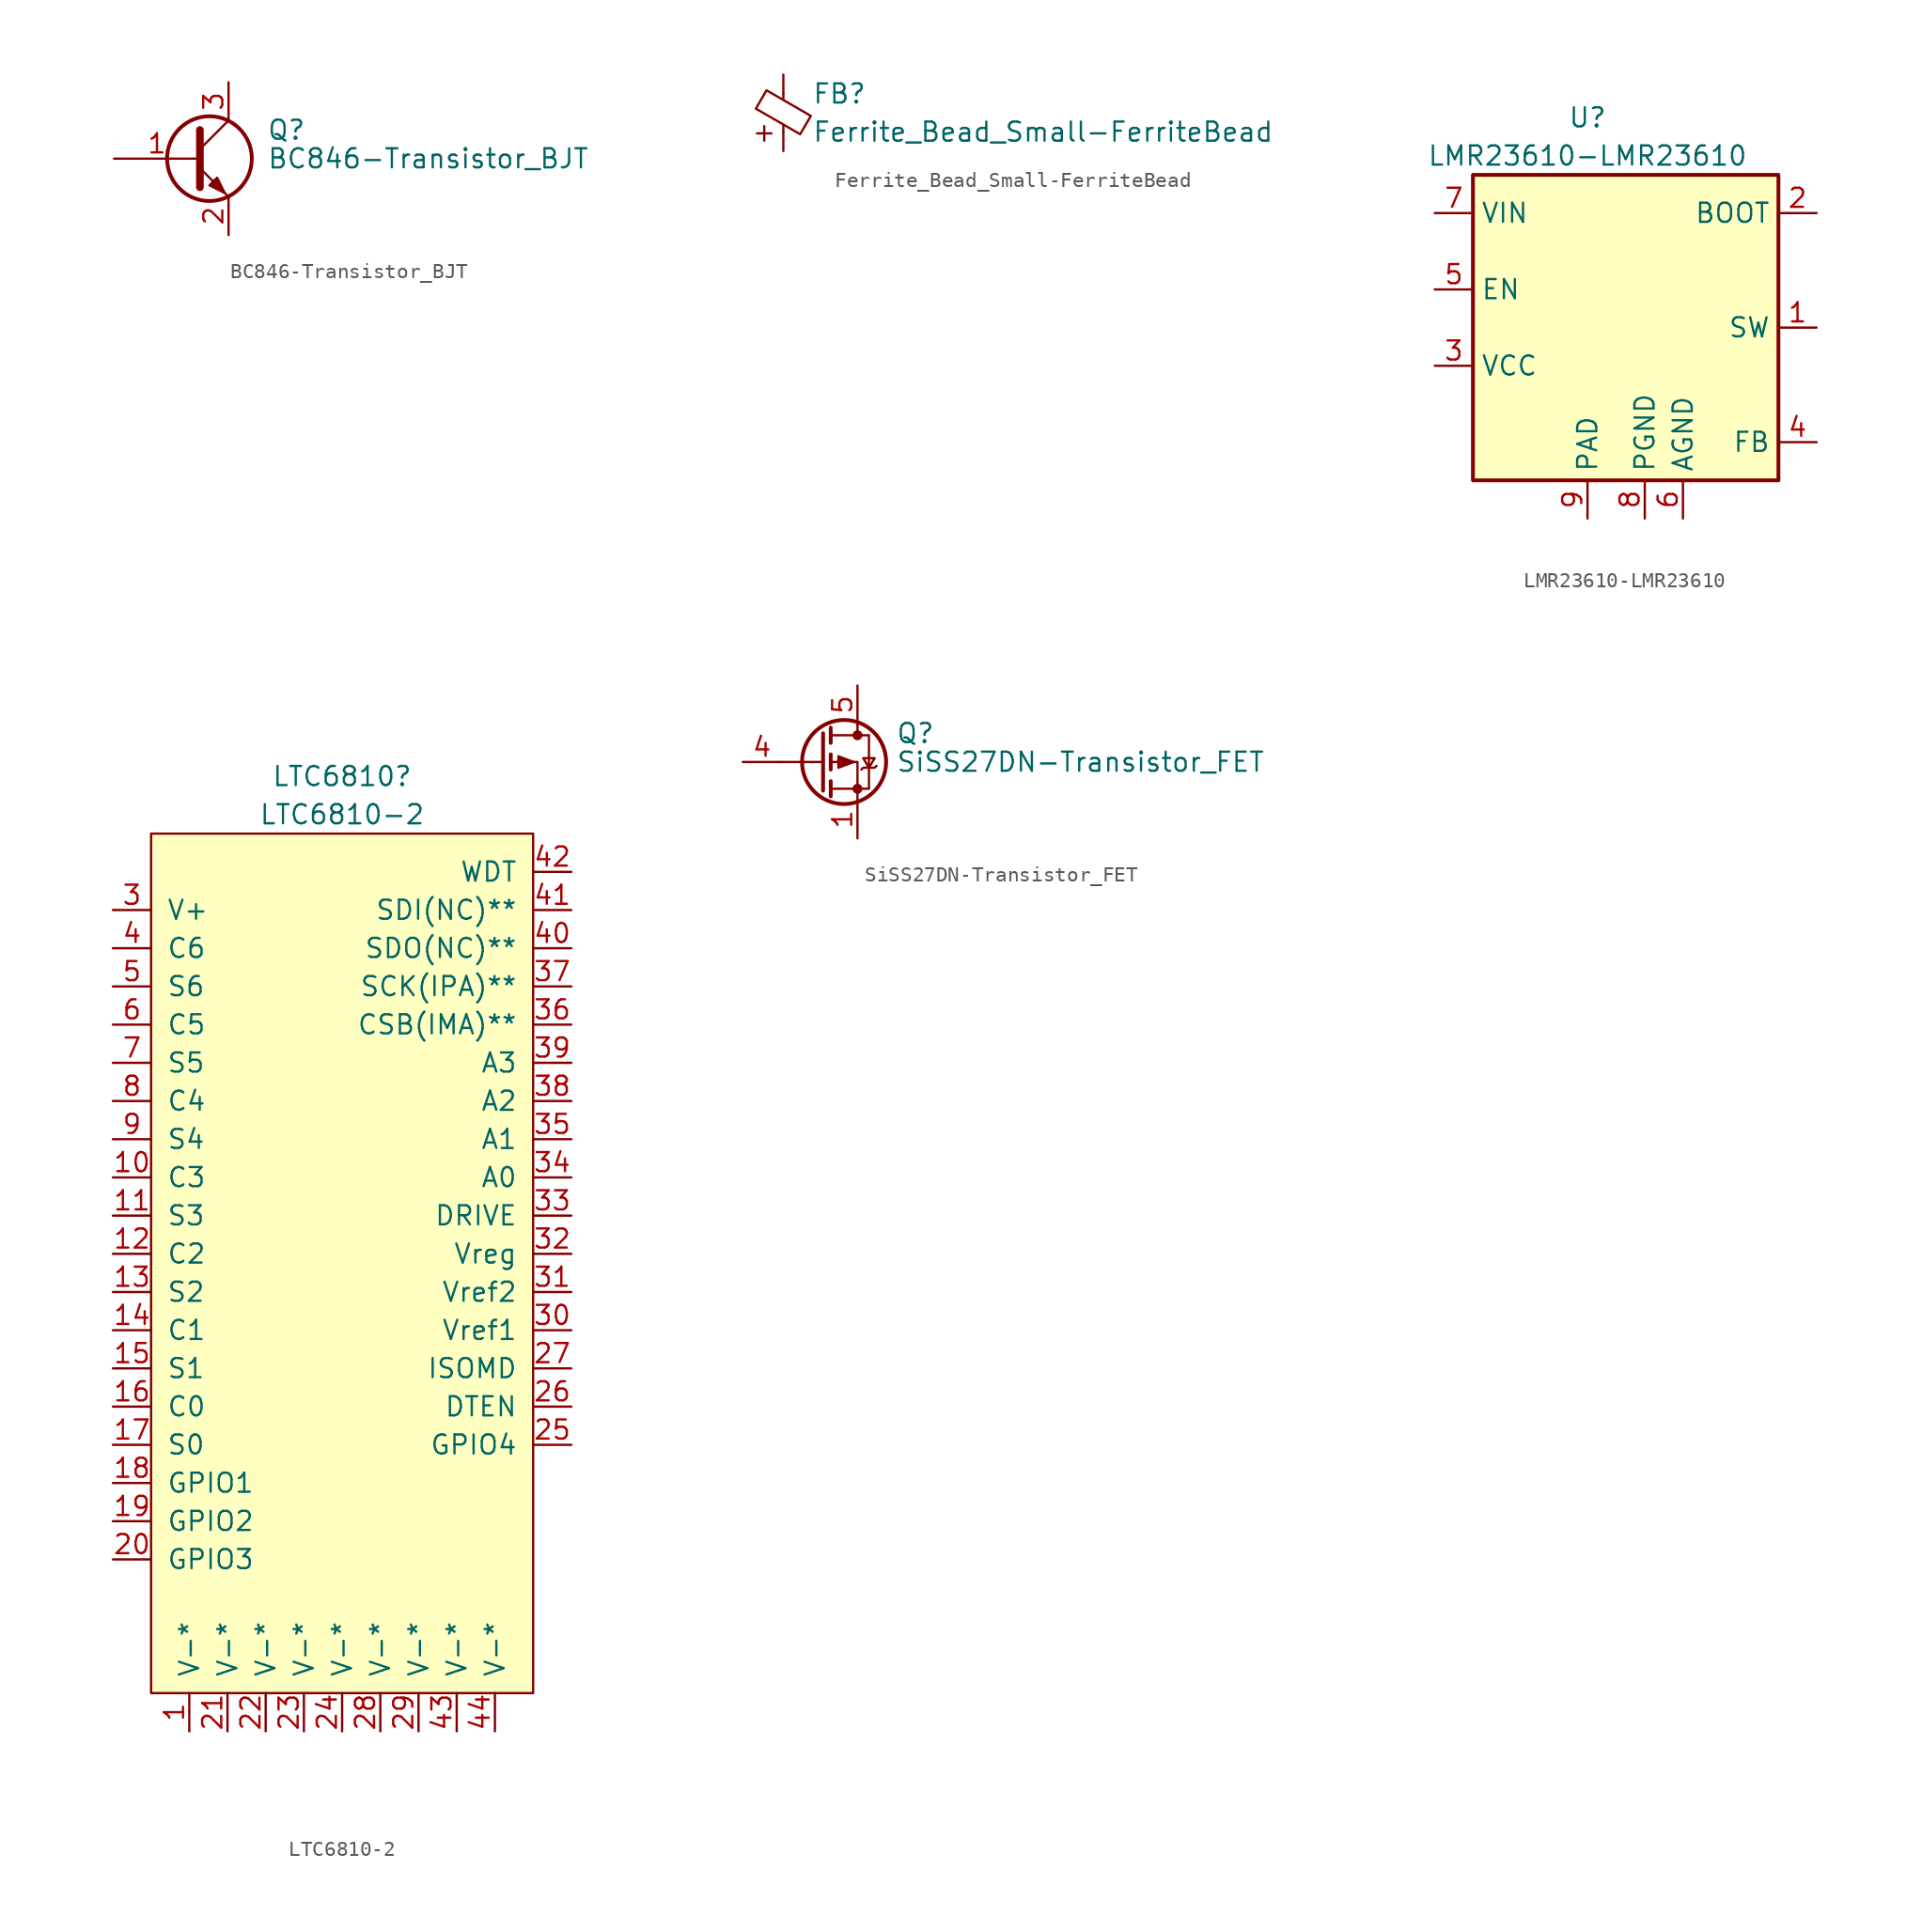
<source format=kicad_sym>
(kicad_symbol_lib
  (version 20220914)
  (generator kicad_symbol_editor)
  (symbol "BC846-Transistor_BJT"
    (pin_names
      (offset 0) hide)
    (property "Reference" "Q"
      (at 5.08 1.905 0)
      (effects (font (size 1.27 1.27)) (justify left)))
    (property "Value" "BC846-Transistor_BJT"
      (at 5.08 0 0)
      (effects (font (size 1.27 1.27)) (justify left)))
    (symbol "BC846-Transistor_BJT_0_1"
      (polyline (pts (xy 0.635 0.635) (xy 2.54 2.54)) (stroke (width 0) (type solid)) (fill (type none)))
      (polyline (pts (xy 0.635 -0.635) (xy 2.54 -2.54) (xy 2.54 -2.54)) (stroke (width 0) (type solid)) (fill (type none)))
      (polyline (pts (xy 0.635 1.905) (xy 0.635 -1.905) (xy 0.635 -1.905)) (stroke (width 0.508) (type solid)) (fill (type none)))
      (polyline (pts (xy 1.27 -1.778) (xy 1.778 -1.27) (xy 2.286 -2.286) (xy 1.27 -1.778) (xy 1.27 -1.778)) (stroke (width 0) (type solid)) (fill (type outline)))
      (circle (center 1.27 0) (radius 2.819) (stroke (width 0.254) (type solid)) (fill (type none))))
    (symbol "BC846-Transistor_BJT_1_1"
      (pin input line (at -5.08 0 0) (length 5.715) (name "B" (effects (font (size 1.27 1.27)))) (number "1" (effects (font (size 1.27 1.27)))))
      (pin passive line (at 2.54 -5.08 90) (length 2.54) (name "E" (effects (font (size 1.27 1.27)))) (number "2" (effects (font (size 1.27 1.27)))))
      (pin passive line (at 2.54 5.08 270) (length 2.54) (name "C" (effects (font (size 1.27 1.27)))) (number "3" (effects (font (size 1.27 1.27)))))))
  (symbol "Ferrite_Bead_Small-FerriteBead"
    (pin_numbers hide)
    (pin_names
      (offset 0))
    (property "Reference" "FB"
      (at 1.905 1.27 0)
      (effects (font (size 1.27 1.27)) (justify left)))
    (property "Value" "Ferrite_Bead_Small-FerriteBead"
      (at 1.905 -1.27 0)
      (effects (font (size 1.27 1.27)) (justify left)))
    (symbol "Ferrite_Bead_Small-FerriteBead_0_0"
      (text "+" (at -1.27 -1.27 0) (effects (font (size 1.27 1.27)))))
    (symbol "Ferrite_Bead_Small-FerriteBead_0_1"
      (polyline (pts (xy 0 -1.27) (xy 0 -0.787)) (stroke (width 0) (type solid)) (fill (type none)))
      (polyline (pts (xy 0 0.889) (xy 0 1.295)) (stroke (width 0) (type solid)) (fill (type none)))
      (polyline (pts (xy -1.829 0.279) (xy -1.118 1.499) (xy 1.829 -0.203) (xy 1.118 -1.422) (xy -1.829 0.279)) (stroke (width 0) (type solid)) (fill (type none))))
    (symbol "Ferrite_Bead_Small-FerriteBead_1_1"
      (pin power_out line (at 0 2.54 270) (length 1.27) (name "~" (effects (font (size 1.27 1.27)))) (number "1" (effects (font (size 1.27 1.27)))))
      (pin power_in line (at 0 -2.54 90) (length 1.27) (name "~" (effects (font (size 1.27 1.27)))) (number "2" (effects (font (size 1.27 1.27)))))))
  (symbol "LMR23610-LMR23610"
    (property "Reference" "U"
      (at -2.54 11.43 0)
      (effects (font (size 1.27 1.27))))
    (property "Value" "LMR23610-LMR23610"
      (at -2.54 8.89 0)
      (effects (font (size 1.27 1.27))))
    (symbol "LMR23610-LMR23610_0_1"
      (rectangle (start -10.16 7.62) (end 10.16 -12.7) (stroke (width 0.254) (type solid)) (fill (type background))))
    (symbol "LMR23610-LMR23610_1_1"
      (pin output line (at 12.7 -2.54 180) (length 2.54) (name "SW" (effects (font (size 1.27 1.27)))) (number "1" (effects (font (size 1.27 1.27)))))
      (pin input line (at 12.7 5.08 180) (length 2.54) (name "BOOT" (effects (font (size 1.27 1.27)))) (number "2" (effects (font (size 1.27 1.27)))))
      (pin power_out line (at -12.7 -5.08 0) (length 2.54) (name "VCC" (effects (font (size 1.27 1.27)))) (number "3" (effects (font (size 1.27 1.27)))))
      (pin input line (at 12.7 -10.16 180) (length 2.54) (name "FB" (effects (font (size 1.27 1.27)))) (number "4" (effects (font (size 1.27 1.27)))))
      (pin input line (at -12.7 0 0) (length 2.54) (name "EN" (effects (font (size 1.27 1.27)))) (number "5" (effects (font (size 1.27 1.27)))))
      (pin power_in line (at 3.81 -15.24 90) (length 2.54) (name "AGND" (effects (font (size 1.27 1.27)))) (number "6" (effects (font (size 1.27 1.27)))))
      (pin power_in line (at -12.7 5.08 0) (length 2.54) (name "VIN" (effects (font (size 1.27 1.27)))) (number "7" (effects (font (size 1.27 1.27)))))
      (pin power_in line (at 1.27 -15.24 90) (length 2.54) (name "PGND" (effects (font (size 1.27 1.27)))) (number "8" (effects (font (size 1.27 1.27)))))
      (pin passive line (at -2.54 -15.24 90) (length 2.54) (name "PAD" (effects (font (size 1.27 1.27)))) (number "9" (effects (font (size 1.27 1.27)))))))
  (symbol "LTC6810-2"
    (pin_names
      (offset 1.016))
    (property "Reference" "LTC6810"
      (at -22.86 59.69 0)
      (effects (font (size 1.27 1.27))))
    (property "Value" "LTC6810-2"
      (at -22.86 57.15 0)
      (effects (font (size 1.27 1.27))))
    (symbol "LTC6810-2_0_1"
      (rectangle (start -35.56 55.88) (end -10.16 -1.27) (stroke (width 0) (type solid)) (fill (type background))))
    (symbol "LTC6810-2_1_1"
      (pin power_in line (at -33.02 -3.81 90) (length 2.54) (name "V-*" (effects (font (size 1.27 1.27)))) (number "1" (effects (font (size 1.27 1.27)))))
      (pin bidirectional line (at -38.1 33.02 0) (length 2.54) (name "C3" (effects (font (size 1.27 1.27)))) (number "10" (effects (font (size 1.27 1.27)))))
      (pin bidirectional line (at -38.1 30.48 0) (length 2.54) (name "S3" (effects (font (size 1.27 1.27)))) (number "11" (effects (font (size 1.27 1.27)))))
      (pin bidirectional line (at -38.1 27.94 0) (length 2.54) (name "C2" (effects (font (size 1.27 1.27)))) (number "12" (effects (font (size 1.27 1.27)))))
      (pin bidirectional line (at -38.1 25.4 0) (length 2.54) (name "S2" (effects (font (size 1.27 1.27)))) (number "13" (effects (font (size 1.27 1.27)))))
      (pin bidirectional line (at -38.1 22.86 0) (length 2.54) (name "C1" (effects (font (size 1.27 1.27)))) (number "14" (effects (font (size 1.27 1.27)))))
      (pin bidirectional line (at -38.1 20.32 0) (length 2.54) (name "S1" (effects (font (size 1.27 1.27)))) (number "15" (effects (font (size 1.27 1.27)))))
      (pin bidirectional line (at -38.1 17.78 0) (length 2.54) (name "C0" (effects (font (size 1.27 1.27)))) (number "16" (effects (font (size 1.27 1.27)))))
      (pin bidirectional line (at -38.1 15.24 0) (length 2.54) (name "S0" (effects (font (size 1.27 1.27)))) (number "17" (effects (font (size 1.27 1.27)))))
      (pin bidirectional line (at -38.1 12.7 0) (length 2.54) (name "GPIO1" (effects (font (size 1.27 1.27)))) (number "18" (effects (font (size 1.27 1.27)))))
      (pin bidirectional line (at -38.1 10.16 0) (length 2.54) (name "GPIO2" (effects (font (size 1.27 1.27)))) (number "19" (effects (font (size 1.27 1.27)))))
      (pin bidirectional line (at -38.1 53.34 0) (length 2.54) hide (name "NC" (effects (font (size 1.27 1.27)))) (number "2" (effects (font (size 1.27 1.27)))))
      (pin bidirectional line (at -38.1 7.62 0) (length 2.54) (name "GPIO3" (effects (font (size 1.27 1.27)))) (number "20" (effects (font (size 1.27 1.27)))))
      (pin power_in line (at -30.48 -3.81 90) (length 2.54) (name "V-*" (effects (font (size 1.27 1.27)))) (number "21" (effects (font (size 1.27 1.27)))))
      (pin power_in line (at -27.94 -3.81 90) (length 2.54) (name "V-*" (effects (font (size 1.27 1.27)))) (number "22" (effects (font (size 1.27 1.27)))))
      (pin power_in line (at -25.4 -3.81 90) (length 2.54) (name "V-*" (effects (font (size 1.27 1.27)))) (number "23" (effects (font (size 1.27 1.27)))))
      (pin power_in line (at -22.86 -3.81 90) (length 2.54) (name "V-*" (effects (font (size 1.27 1.27)))) (number "24" (effects (font (size 1.27 1.27)))))
      (pin bidirectional line (at -7.62 15.24 180) (length 2.54) (name "GPIO4" (effects (font (size 1.27 1.27)))) (number "25" (effects (font (size 1.27 1.27)))))
      (pin bidirectional line (at -7.62 17.78 180) (length 2.54) (name "DTEN" (effects (font (size 1.27 1.27)))) (number "26" (effects (font (size 1.27 1.27)))))
      (pin bidirectional line (at -7.62 20.32 180) (length 2.54) (name "ISOMD" (effects (font (size 1.27 1.27)))) (number "27" (effects (font (size 1.27 1.27)))))
      (pin power_in line (at -20.32 -3.81 90) (length 2.54) (name "V-*" (effects (font (size 1.27 1.27)))) (number "28" (effects (font (size 1.27 1.27)))))
      (pin power_in line (at -17.78 -3.81 90) (length 2.54) (name "V-*" (effects (font (size 1.27 1.27)))) (number "29" (effects (font (size 1.27 1.27)))))
      (pin power_in line (at -38.1 50.8 0) (length 2.54) (name "V+" (effects (font (size 1.27 1.27)))) (number "3" (effects (font (size 1.27 1.27)))))
      (pin bidirectional line (at -7.62 22.86 180) (length 2.54) (name "Vref1" (effects (font (size 1.27 1.27)))) (number "30" (effects (font (size 1.27 1.27)))))
      (pin bidirectional line (at -7.62 25.4 180) (length 2.54) (name "Vref2" (effects (font (size 1.27 1.27)))) (number "31" (effects (font (size 1.27 1.27)))))
      (pin bidirectional line (at -7.62 27.94 180) (length 2.54) (name "Vreg" (effects (font (size 1.27 1.27)))) (number "32" (effects (font (size 1.27 1.27)))))
      (pin bidirectional line (at -7.62 30.48 180) (length 2.54) (name "DRIVE" (effects (font (size 1.27 1.27)))) (number "33" (effects (font (size 1.27 1.27)))))
      (pin bidirectional line (at -7.62 33.02 180) (length 2.54) (name "A0" (effects (font (size 1.27 1.27)))) (number "34" (effects (font (size 1.27 1.27)))))
      (pin bidirectional line (at -7.62 35.56 180) (length 2.54) (name "A1" (effects (font (size 1.27 1.27)))) (number "35" (effects (font (size 1.27 1.27)))))
      (pin bidirectional line (at -7.62 43.18 180) (length 2.54) (name "CSB(IMA)**" (effects (font (size 1.27 1.27)))) (number "36" (effects (font (size 1.27 1.27)))))
      (pin bidirectional line (at -7.62 45.72 180) (length 2.54) (name "SCK(IPA)**" (effects (font (size 1.27 1.27)))) (number "37" (effects (font (size 1.27 1.27)))))
      (pin bidirectional line (at -7.62 38.1 180) (length 2.54) (name "A2" (effects (font (size 1.27 1.27)))) (number "38" (effects (font (size 1.27 1.27)))))
      (pin bidirectional line (at -7.62 40.64 180) (length 2.54) (name "A3" (effects (font (size 1.27 1.27)))) (number "39" (effects (font (size 1.27 1.27)))))
      (pin bidirectional line (at -38.1 48.26 0) (length 2.54) (name "C6" (effects (font (size 1.27 1.27)))) (number "4" (effects (font (size 1.27 1.27)))))
      (pin bidirectional line (at -7.62 48.26 180) (length 2.54) (name "SDO(NC)**" (effects (font (size 1.27 1.27)))) (number "40" (effects (font (size 1.27 1.27)))))
      (pin bidirectional line (at -7.62 50.8 180) (length 2.54) (name "SDI(NC)**" (effects (font (size 1.27 1.27)))) (number "41" (effects (font (size 1.27 1.27)))))
      (pin bidirectional line (at -7.62 53.34 180) (length 2.54) (name "WDT" (effects (font (size 1.27 1.27)))) (number "42" (effects (font (size 1.27 1.27)))))
      (pin power_in line (at -15.24 -3.81 90) (length 2.54) (name "V-*" (effects (font (size 1.27 1.27)))) (number "43" (effects (font (size 1.27 1.27)))))
      (pin power_in line (at -12.7 -3.81 90) (length 2.54) (name "V-*" (effects (font (size 1.27 1.27)))) (number "44" (effects (font (size 1.27 1.27)))))
      (pin bidirectional line (at -38.1 45.72 0) (length 2.54) (name "S6" (effects (font (size 1.27 1.27)))) (number "5" (effects (font (size 1.27 1.27)))))
      (pin bidirectional line (at -38.1 43.18 0) (length 2.54) (name "C5" (effects (font (size 1.27 1.27)))) (number "6" (effects (font (size 1.27 1.27)))))
      (pin bidirectional line (at -38.1 40.64 0) (length 2.54) (name "S5" (effects (font (size 1.27 1.27)))) (number "7" (effects (font (size 1.27 1.27)))))
      (pin bidirectional line (at -38.1 38.1 0) (length 2.54) (name "C4" (effects (font (size 1.27 1.27)))) (number "8" (effects (font (size 1.27 1.27)))))
      (pin bidirectional line (at -38.1 35.56 0) (length 2.54) (name "S4" (effects (font (size 1.27 1.27)))) (number "9" (effects (font (size 1.27 1.27)))))))
  (symbol "SiSS27DN-Transistor_FET"
    (pin_names hide)
    (property "Reference" "Q"
      (at 5.08 1.905 0)
      (effects (font (size 1.27 1.27)) (justify left)))
    (property "Value" "SiSS27DN-Transistor_FET"
      (at 5.08 0 0)
      (effects (font (size 1.27 1.27)) (justify left)))
    (symbol "SiSS27DN-Transistor_FET_0_1"
      (polyline (pts (xy 0.254 0) (xy -2.54 0)) (stroke (width 0) (type solid)) (fill (type none)))
      (polyline (pts (xy 0.254 1.905) (xy 0.254 -1.905)) (stroke (width 0.254) (type solid)) (fill (type none)))
      (polyline (pts (xy 0.762 -1.27) (xy 0.762 -2.286)) (stroke (width 0.254) (type solid)) (fill (type none)))
      (polyline (pts (xy 0.762 0.508) (xy 0.762 -0.508)) (stroke (width 0.254) (type solid)) (fill (type none)))
      (polyline (pts (xy 0.762 2.286) (xy 0.762 1.27)) (stroke (width 0.254) (type solid)) (fill (type none)))
      (polyline (pts (xy 2.54 2.54) (xy 2.54 1.778)) (stroke (width 0) (type solid)) (fill (type none)))
      (polyline (pts (xy 2.54 -2.54) (xy 2.54 0) (xy 0.762 0)) (stroke (width 0) (type solid)) (fill (type none)))
      (polyline (pts (xy 0.762 1.778) (xy 3.302 1.778) (xy 3.302 -1.778) (xy 0.762 -1.778)) (stroke (width 0) (type solid)) (fill (type none)))
      (polyline (pts (xy 2.286 0) (xy 1.27 0.381) (xy 1.27 -0.381) (xy 2.286 0)) (stroke (width 0) (type solid)) (fill (type outline)))
      (polyline (pts (xy 2.794 -0.508) (xy 2.921 -0.381) (xy 3.683 -0.381) (xy 3.81 -0.254)) (stroke (width 0) (type solid)) (fill (type none)))
      (polyline (pts (xy 3.302 -0.381) (xy 2.921 0.254) (xy 3.683 0.254) (xy 3.302 -0.381)) (stroke (width 0) (type solid)) (fill (type none)))
      (circle (center 1.651 0) (radius 2.794) (stroke (width 0.254) (type solid)) (fill (type none)))
      (circle (center 2.54 -1.778) (radius 0.254) (stroke (width 0) (type solid)) (fill (type outline)))
      (circle (center 2.54 1.778) (radius 0.254) (stroke (width 0) (type solid)) (fill (type outline))))
    (symbol "SiSS27DN-Transistor_FET_1_1"
      (pin passive line (at 2.54 -5.08 90) (length 2.54) (name "S" (effects (font (size 1.27 1.27)))) (number "1" (effects (font (size 1.27 1.27)))))
      (pin passive line (at 2.54 -5.08 90) (length 2.54) hide (name "S" (effects (font (size 1.27 1.27)))) (number "2" (effects (font (size 1.27 1.27)))))
      (pin passive line (at 2.54 -5.08 90) (length 2.54) hide (name "S" (effects (font (size 1.27 1.27)))) (number "3" (effects (font (size 1.27 1.27)))))
      (pin passive line (at -5.08 0 0) (length 2.54) (name "G" (effects (font (size 1.27 1.27)))) (number "4" (effects (font (size 1.27 1.27)))))
      (pin passive line (at 2.54 5.08 270) (length 2.54) (name "D" (effects (font (size 1.27 1.27)))) (number "5" (effects (font (size 1.27 1.27))))))))
</source>
